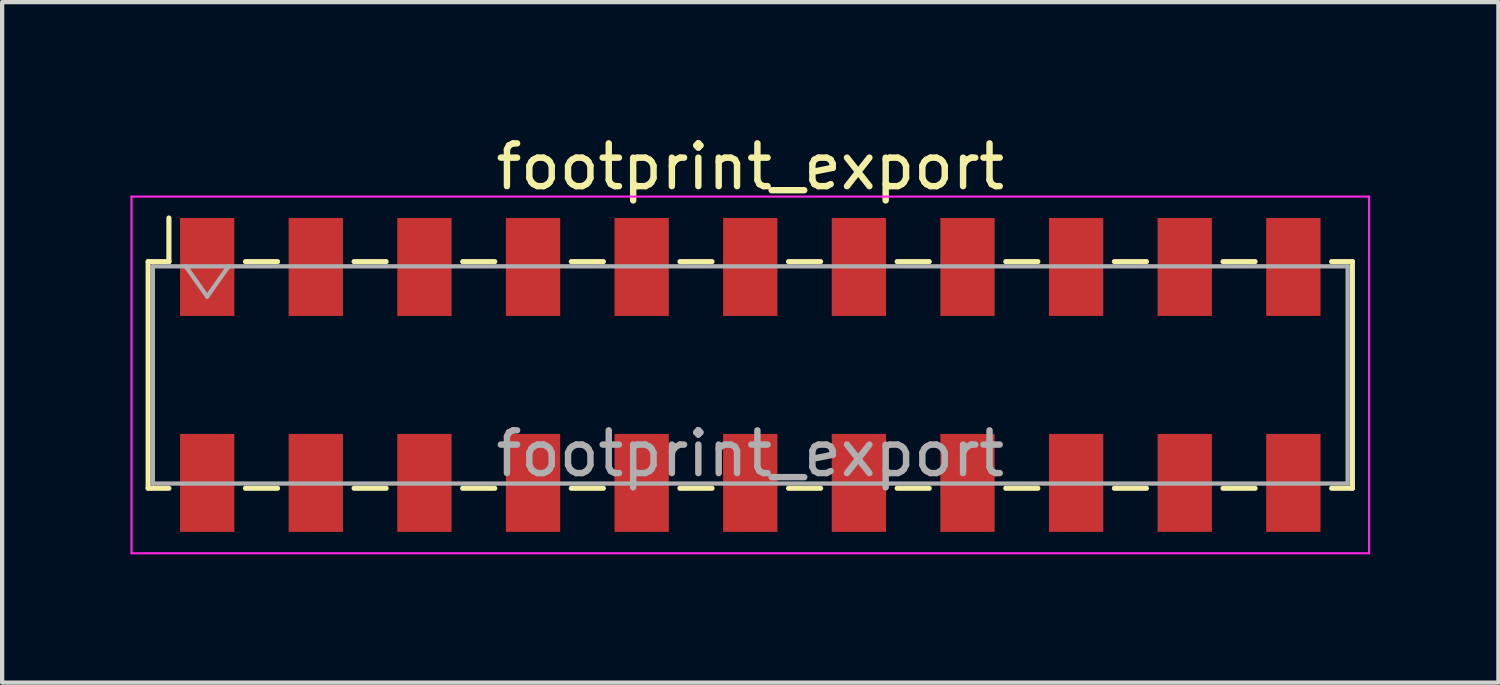
<source format=kicad_pcb>
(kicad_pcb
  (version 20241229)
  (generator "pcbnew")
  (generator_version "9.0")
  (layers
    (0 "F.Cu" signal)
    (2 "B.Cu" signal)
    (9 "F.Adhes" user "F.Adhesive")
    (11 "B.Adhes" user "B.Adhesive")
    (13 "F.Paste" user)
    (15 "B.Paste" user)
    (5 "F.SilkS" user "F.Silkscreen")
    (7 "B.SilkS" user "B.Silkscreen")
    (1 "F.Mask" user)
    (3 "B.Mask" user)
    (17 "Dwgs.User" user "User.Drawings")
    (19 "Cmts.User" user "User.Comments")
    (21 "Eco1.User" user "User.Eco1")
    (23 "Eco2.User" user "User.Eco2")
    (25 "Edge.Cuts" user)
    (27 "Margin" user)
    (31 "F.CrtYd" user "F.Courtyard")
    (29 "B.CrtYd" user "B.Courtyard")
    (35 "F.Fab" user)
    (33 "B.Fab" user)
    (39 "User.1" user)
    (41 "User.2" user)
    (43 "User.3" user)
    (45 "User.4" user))
  (footprint "footprint_export"
    (layer "F.Cu")
    (at 14.495 5.718)
    (property "Reference" "footprint_export" (at 0 -4.87 0) (layer "F.SilkS") (effects (font (size 1 1) (thickness 0.15))))
    (attr smd)
    (fp_line (start -14.08 -2.65) (end -14.08 2.65) (stroke (width 0.12) (type solid)) (layer "F.SilkS"))
    (fp_line (start -14.08 2.65) (end -13.595 2.65) (stroke (width 0.12) (type solid)) (layer "F.SilkS"))
    (fp_line (start -13.595 -3.67) (end -13.595 -2.65) (stroke (width 0.12) (type solid)) (layer "F.SilkS"))
    (fp_line (start -13.595 -2.65) (end -14.08 -2.65) (stroke (width 0.12) (type solid)) (layer "F.SilkS"))
    (fp_line (start -11.805 -2.65) (end -11.055 -2.65) (stroke (width 0.12) (type solid)) (layer "F.SilkS"))
    (fp_line (start -11.805 2.65) (end -11.055 2.65) (stroke (width 0.12) (type solid)) (layer "F.SilkS"))
    (fp_line (start -9.265 -2.65) (end -8.515 -2.65) (stroke (width 0.12) (type solid)) (layer "F.SilkS"))
    (fp_line (start -9.265 2.65) (end -8.515 2.65) (stroke (width 0.12) (type solid)) (layer "F.SilkS"))
    (fp_line (start -6.725 -2.65) (end -5.975 -2.65) (stroke (width 0.12) (type solid)) (layer "F.SilkS"))
    (fp_line (start -6.725 2.65) (end -5.975 2.65) (stroke (width 0.12) (type solid)) (layer "F.SilkS"))
    (fp_line (start -4.185 -2.65) (end -3.435 -2.65) (stroke (width 0.12) (type solid)) (layer "F.SilkS"))
    (fp_line (start -4.185 2.65) (end -3.435 2.65) (stroke (width 0.12) (type solid)) (layer "F.SilkS"))
    (fp_line (start -1.645 -2.65) (end -0.895 -2.65) (stroke (width 0.12) (type solid)) (layer "F.SilkS"))
    (fp_line (start -1.645 2.65) (end -0.895 2.65) (stroke (width 0.12) (type solid)) (layer "F.SilkS"))
    (fp_line (start 0.895 -2.65) (end 1.645 -2.65) (stroke (width 0.12) (type solid)) (layer "F.SilkS"))
    (fp_line (start 0.895 2.65) (end 1.645 2.65) (stroke (width 0.12) (type solid)) (layer "F.SilkS"))
    (fp_line (start 3.435 -2.65) (end 4.185 -2.65) (stroke (width 0.12) (type solid)) (layer "F.SilkS"))
    (fp_line (start 3.435 2.65) (end 4.185 2.65) (stroke (width 0.12) (type solid)) (layer "F.SilkS"))
    (fp_line (start 5.975 -2.65) (end 6.725 -2.65) (stroke (width 0.12) (type solid)) (layer "F.SilkS"))
    (fp_line (start 5.975 2.65) (end 6.725 2.65) (stroke (width 0.12) (type solid)) (layer "F.SilkS"))
    (fp_line (start 8.515 -2.65) (end 9.265 -2.65) (stroke (width 0.12) (type solid)) (layer "F.SilkS"))
    (fp_line (start 8.515 2.65) (end 9.265 2.65) (stroke (width 0.12) (type solid)) (layer "F.SilkS"))
    (fp_line (start 11.055 -2.65) (end 11.805 -2.65) (stroke (width 0.12) (type solid)) (layer "F.SilkS"))
    (fp_line (start 11.055 2.65) (end 11.805 2.65) (stroke (width 0.12) (type solid)) (layer "F.SilkS"))
    (fp_line (start 13.595 -2.65) (end 14.08 -2.65) (stroke (width 0.12) (type solid)) (layer "F.SilkS"))
    (fp_line (start 14.08 -2.65) (end 14.08 2.65) (stroke (width 0.12) (type solid)) (layer "F.SilkS"))
    (fp_line (start 14.08 2.65) (end 13.595 2.65) (stroke (width 0.12) (type solid)) (layer "F.SilkS"))
    (fp_line (start -14.47 -4.17) (end 14.47 -4.17) (stroke (width 0.05) (type solid)) (layer "F.CrtYd"))
    (fp_line (start -14.47 4.17) (end -14.47 -4.17) (stroke (width 0.05) (type solid)) (layer "F.CrtYd"))
    (fp_line (start 14.47 -4.17) (end 14.47 4.17) (stroke (width 0.05) (type solid)) (layer "F.CrtYd"))
    (fp_line (start 14.47 4.17) (end -14.47 4.17) (stroke (width 0.05) (type solid)) (layer "F.CrtYd"))
    (fp_line (start -13.97 -2.54) (end 13.97 -2.54) (stroke (width 0.1) (type solid)) (layer "F.Fab"))
    (fp_line (start -13.97 2.54) (end -13.97 -2.54) (stroke (width 0.1) (type solid)) (layer "F.Fab"))
    (fp_line (start -13.2 -2.54) (end -12.7 -1.833) (stroke (width 0.1) (type solid)) (layer "F.Fab"))
    (fp_line (start -12.7 -1.833) (end -12.2 -2.54) (stroke (width 0.1) (type solid)) (layer "F.Fab"))
    (fp_line (start 13.97 -2.54) (end 13.97 2.54) (stroke (width 0.1) (type solid)) (layer "F.Fab"))
    (fp_line (start 13.97 2.54) (end -13.97 2.54) (stroke (width 0.1) (type solid)) (layer "F.Fab"))
    (fp_text user "${REFERENCE}" (at 0 1.84 0) (layer "F.Fab") (effects (font (size 1 1) (thickness 0.15))))
    (pad "1" smd rect (at -12.7 -2.525) (size 1.27 2.29) (layers "F.Cu" "F.Mask" "F.Paste"))
    (pad "2" smd rect (at -12.7 2.525) (size 1.27 2.29) (layers "F.Cu" "F.Mask" "F.Paste"))
    (pad "3" smd rect (at -10.16 -2.525) (size 1.27 2.29) (layers "F.Cu" "F.Mask" "F.Paste"))
    (pad "4" smd rect (at -10.16 2.525) (size 1.27 2.29) (layers "F.Cu" "F.Mask" "F.Paste"))
    (pad "5" smd rect (at -7.62 -2.525) (size 1.27 2.29) (layers "F.Cu" "F.Mask" "F.Paste"))
    (pad "6" smd rect (at -7.62 2.525) (size 1.27 2.29) (layers "F.Cu" "F.Mask" "F.Paste"))
    (pad "7" smd rect (at -5.08 -2.525) (size 1.27 2.29) (layers "F.Cu" "F.Mask" "F.Paste"))
    (pad "8" smd rect (at -5.08 2.525) (size 1.27 2.29) (layers "F.Cu" "F.Mask" "F.Paste"))
    (pad "9" smd rect (at -2.54 -2.525) (size 1.27 2.29) (layers "F.Cu" "F.Mask" "F.Paste"))
    (pad "10" smd rect (at -2.54 2.525) (size 1.27 2.29) (layers "F.Cu" "F.Mask" "F.Paste"))
    (pad "11" smd rect (at 0 -2.525) (size 1.27 2.29) (layers "F.Cu" "F.Mask" "F.Paste"))
    (pad "12" smd rect (at 0 2.525) (size 1.27 2.29) (layers "F.Cu" "F.Mask" "F.Paste"))
    (pad "13" smd rect (at 2.54 -2.525) (size 1.27 2.29) (layers "F.Cu" "F.Mask" "F.Paste"))
    (pad "14" smd rect (at 2.54 2.525) (size 1.27 2.29) (layers "F.Cu" "F.Mask" "F.Paste"))
    (pad "15" smd rect (at 5.08 -2.525) (size 1.27 2.29) (layers "F.Cu" "F.Mask" "F.Paste"))
    (pad "16" smd rect (at 5.08 2.525) (size 1.27 2.29) (layers "F.Cu" "F.Mask" "F.Paste"))
    (pad "17" smd rect (at 7.62 -2.525) (size 1.27 2.29) (layers "F.Cu" "F.Mask" "F.Paste"))
    (pad "18" smd rect (at 7.62 2.525) (size 1.27 2.29) (layers "F.Cu" "F.Mask" "F.Paste"))
    (pad "19" smd rect (at 10.16 -2.525) (size 1.27 2.29) (layers "F.Cu" "F.Mask" "F.Paste"))
    (pad "20" smd rect (at 10.16 2.525) (size 1.27 2.29) (layers "F.Cu" "F.Mask" "F.Paste"))
    (pad "21" smd rect (at 12.7 -2.525) (size 1.27 2.29) (layers "F.Cu" "F.Mask" "F.Paste"))
    (pad "22" smd rect (at 12.7 2.525) (size 1.27 2.29) (layers "F.Cu" "F.Mask" "F.Paste")))
  (gr_rect
    (start -3 -3)
    (end 31.99 12.913)
    (stroke (width 0.1) (type default))
    (fill no)
    (layer "Edge.Cuts")))
</source>
